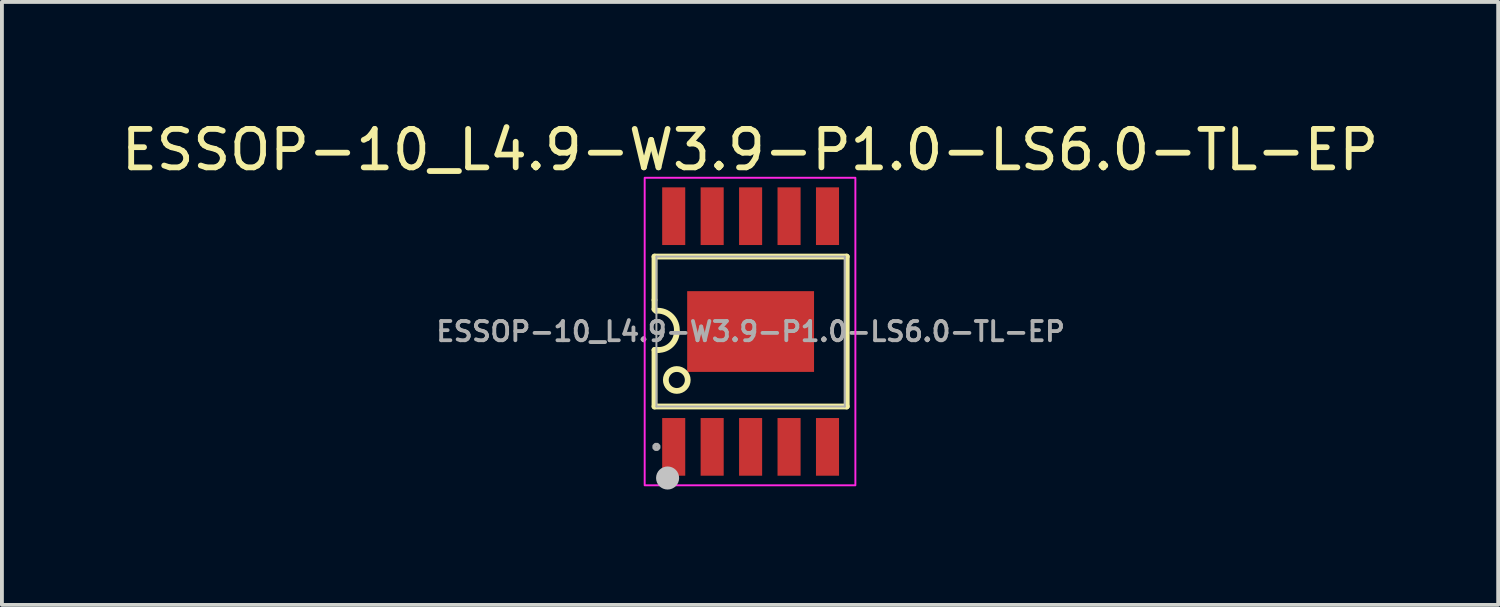
<source format=kicad_pcb>
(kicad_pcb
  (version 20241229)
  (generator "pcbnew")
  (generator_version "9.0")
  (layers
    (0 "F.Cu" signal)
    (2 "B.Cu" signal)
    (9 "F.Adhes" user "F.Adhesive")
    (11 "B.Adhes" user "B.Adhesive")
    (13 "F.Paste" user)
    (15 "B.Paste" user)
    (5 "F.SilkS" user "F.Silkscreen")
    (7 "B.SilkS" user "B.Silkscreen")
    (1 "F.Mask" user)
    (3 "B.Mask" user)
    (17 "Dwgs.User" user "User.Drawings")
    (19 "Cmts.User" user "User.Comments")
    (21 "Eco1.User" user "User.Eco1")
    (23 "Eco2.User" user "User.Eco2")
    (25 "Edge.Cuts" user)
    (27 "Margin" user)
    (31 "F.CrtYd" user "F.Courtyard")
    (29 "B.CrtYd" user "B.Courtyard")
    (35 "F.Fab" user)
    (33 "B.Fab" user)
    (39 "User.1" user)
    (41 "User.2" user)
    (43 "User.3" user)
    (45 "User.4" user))
  (footprint "ESSOP-10_L4.9-W3.9-P1.0-LS6.0-TL-EP"
    (layer "F.Cu")
    (at 16.473 5.573)
    (property "Reference" "ESSOP-10_L4.9-W3.9-P1.0-LS6.0-TL-EP" (at -0.015 -4.725 0) (layer "F.SilkS") (effects (font (size 1 1) (thickness 0.15))))
    (fp_line (start -2.5 -1.95) (end 2.5 -1.95) (stroke (width 0.15) (type default)) (layer "F.SilkS"))
    (fp_line (start -2.5 -0.82) (end -2.5 -1.95) (stroke (width 0.15) (type default)) (layer "F.SilkS"))
    (fp_line (start -2.5 -0.58) (end -2.5 -0.82) (stroke (width 0.15) (type default)) (layer "F.SilkS"))
    (fp_line (start -2.5 0.48) (end -2.4 0.48) (stroke (width 0.15) (type default)) (layer "F.SilkS"))
    (fp_line (start -2.5 1.95) (end -2.5 0.48) (stroke (width 0.15) (type default)) (layer "F.SilkS"))
    (fp_line (start -2.5 1.95) (end 2.5 1.95) (stroke (width 0.15) (type default)) (layer "F.SilkS"))
    (fp_line (start -2.46 -0.54) (end -2.5 -0.58) (stroke (width 0.15) (type default)) (layer "F.SilkS"))
    (fp_line (start 2.5 1.95) (end 2.5 -1.95) (stroke (width 0.15) (type default)) (layer "F.SilkS"))
    (fp_arc (start -2.46 -0.54) (mid -2.063898 -0.396102) (end -1.92 0) (stroke (width 0.15) (type default)) (layer "F.SilkS"))
    (fp_arc (start -1.92 0) (mid -2.060589 0.339411) (end -2.4 0.48) (stroke (width 0.15) (type default)) (layer "F.SilkS"))
    (fp_circle (center -1.92 1.26) (end -1.635 1.26) (stroke (width 0.15) (type default)) (fill no) (layer "F.SilkS"))
    (fp_circle (center -2.159 3.81) (end -2.009 3.81) (stroke (width 0.3) (type default)) (fill no) (layer "Dwgs.User"))
    (fp_rect (start -2.755 -4) (end 2.725 4) (stroke (width 0.05) (type default)) (fill no) (layer "F.CrtYd"))
    (fp_line (start -2.45 -1.95) (end 2.45 -1.95) (stroke (width 0.051) (type default)) (layer "F.Fab"))
    (fp_line (start -2.45 1.95) (end -2.45 -1.95) (stroke (width 0.051) (type default)) (layer "F.Fab"))
    (fp_line (start 2.45 -1.95) (end 2.45 1.95) (stroke (width 0.051) (type default)) (layer "F.Fab"))
    (fp_line (start 2.45 1.95) (end -2.45 1.95) (stroke (width 0.051) (type default)) (layer "F.Fab"))
    (fp_poly (pts (xy -2.395 2.977) (xy -2.427 2.945) (xy -2.473 2.945) (xy -2.505 2.977) (xy -2.505 3.023) (xy -2.473 3.055) (xy -2.427 3.055) (xy -2.395 3.023)) (stroke (width 0.1) (type default)) (fill no) (layer "F.Fab"))
    (fp_poly (pts (xy -2.2 -2.38) (xy -2.2 -3) (xy -1.8 -3) (xy -1.8 -2.38)) (stroke (width 0.1) (type default)) (fill no) (layer "User.1"))
    (fp_poly (pts (xy -2.2 -1.94) (xy -2.2 -2.39) (xy -1.8 -2.39) (xy -1.8 -1.94)) (stroke (width 0.1) (type default)) (fill no) (layer "User.1"))
    (fp_poly (pts (xy -2.2 2.39) (xy -2.2 1.94) (xy -1.8 1.94) (xy -1.8 2.39)) (stroke (width 0.1) (type default)) (fill no) (layer "User.1"))
    (fp_poly (pts (xy -2.2 3) (xy -2.2 2.38) (xy -1.8 2.38) (xy -1.8 3)) (stroke (width 0.1) (type default)) (fill no) (layer "User.1"))
    (fp_poly (pts (xy -1.2 -2.38) (xy -1.2 -3) (xy -0.8 -3) (xy -0.8 -2.38)) (stroke (width 0.1) (type default)) (fill no) (layer "User.1"))
    (fp_poly (pts (xy -1.2 -1.94) (xy -1.2 -2.39) (xy -0.8 -2.39) (xy -0.8 -1.94)) (stroke (width 0.1) (type default)) (fill no) (layer "User.1"))
    (fp_poly (pts (xy -1.2 2.39) (xy -1.2 1.94) (xy -0.8 1.94) (xy -0.8 2.39)) (stroke (width 0.1) (type default)) (fill no) (layer "User.1"))
    (fp_poly (pts (xy -1.2 3) (xy -1.2 2.38) (xy -0.8 2.38) (xy -0.8 3)) (stroke (width 0.1) (type default)) (fill no) (layer "User.1"))
    (fp_poly (pts (xy -0.2 -2.38) (xy -0.2 -3) (xy 0.2 -3) (xy 0.2 -2.38)) (stroke (width 0.1) (type default)) (fill no) (layer "User.1"))
    (fp_poly (pts (xy -0.2 -1.94) (xy -0.2 -2.39) (xy 0.2 -2.39) (xy 0.2 -1.94)) (stroke (width 0.1) (type default)) (fill no) (layer "User.1"))
    (fp_poly (pts (xy -0.2 2.39) (xy -0.2 1.94) (xy 0.2 1.94) (xy 0.2 2.39)) (stroke (width 0.1) (type default)) (fill no) (layer "User.1"))
    (fp_poly (pts (xy -0.2 3) (xy -0.2 2.38) (xy 0.2 2.38) (xy 0.2 3)) (stroke (width 0.1) (type default)) (fill no) (layer "User.1"))
    (fp_poly (pts (xy 0.8 -2.38) (xy 0.8 -3) (xy 1.2 -3) (xy 1.2 -2.38)) (stroke (width 0.1) (type default)) (fill no) (layer "User.1"))
    (fp_poly (pts (xy 0.8 -1.94) (xy 0.8 -2.39) (xy 1.2 -2.39) (xy 1.2 -1.94)) (stroke (width 0.1) (type default)) (fill no) (layer "User.1"))
    (fp_poly (pts (xy 0.8 2.39) (xy 0.8 1.94) (xy 1.2 1.94) (xy 1.2 2.39)) (stroke (width 0.1) (type default)) (fill no) (layer "User.1"))
    (fp_poly (pts (xy 0.8 3) (xy 0.8 2.38) (xy 1.2 2.38) (xy 1.2 3)) (stroke (width 0.1) (type default)) (fill no) (layer "User.1"))
    (fp_poly (pts (xy 1.65 1.05) (xy -1.65 1.05) (xy -1.65 -1.05) (xy 1.65 -1.05)) (stroke (width 0.1) (type default)) (fill no) (layer "User.1"))
    (fp_poly (pts (xy 1.8 -2.38) (xy 1.8 -3) (xy 2.2 -3) (xy 2.2 -2.38)) (stroke (width 0.1) (type default)) (fill no) (layer "User.1"))
    (fp_poly (pts (xy 1.8 -1.94) (xy 1.8 -2.39) (xy 2.2 -2.39) (xy 2.2 -1.94)) (stroke (width 0.1) (type default)) (fill no) (layer "User.1"))
    (fp_poly (pts (xy 1.8 2.39) (xy 1.8 1.94) (xy 2.2 1.94) (xy 2.2 2.39)) (stroke (width 0.1) (type default)) (fill no) (layer "User.1"))
    (fp_poly (pts (xy 1.8 3) (xy 1.8 2.38) (xy 2.2 2.38) (xy 2.2 3)) (stroke (width 0.1) (type default)) (fill no) (layer "User.1"))
    (fp_text user "${REFERENCE}" (at 0 0 0) (layer "F.Fab") (effects (font (size 0.5 0.5) (thickness 0.1))))
    (pad "1" smd rect (at -2 3 90) (size 1.5 0.6) (layers "F.Cu" "F.Mask" "F.Paste"))
    (pad "2" smd rect (at -1 3 90) (size 1.5 0.6) (layers "F.Cu" "F.Mask" "F.Paste"))
    (pad "3" smd rect (at 0 3 90) (size 1.5 0.6) (layers "F.Cu" "F.Mask" "F.Paste"))
    (pad "4" smd rect (at 1 3 90) (size 1.5 0.6) (layers "F.Cu" "F.Mask" "F.Paste"))
    (pad "5" smd rect (at 2 3 90) (size 1.5 0.6) (layers "F.Cu" "F.Mask" "F.Paste"))
    (pad "6" smd rect (at 2 -3 90) (size 1.5 0.6) (layers "F.Cu" "F.Mask" "F.Paste"))
    (pad "7" smd rect (at 1 -3 90) (size 1.5 0.6) (layers "F.Cu" "F.Mask" "F.Paste"))
    (pad "8" smd rect (at 0 -3 90) (size 1.5 0.6) (layers "F.Cu" "F.Mask" "F.Paste"))
    (pad "9" smd rect (at -1 -3 90) (size 1.5 0.6) (layers "F.Cu" "F.Mask" "F.Paste"))
    (pad "10" smd rect (at -2 -3 90) (size 1.5 0.6) (layers "F.Cu" "F.Mask" "F.Paste"))
    (pad "11" smd rect (at 0 0 180) (size 3.3 2.1) (layers "F.Cu" "F.Mask" "F.Paste")))
  (gr_rect
    (start -3 -3)
    (end 35.917 12.683)
    (stroke (width 0.1) (type default))
    (fill no)
    (layer "Edge.Cuts")))
</source>
